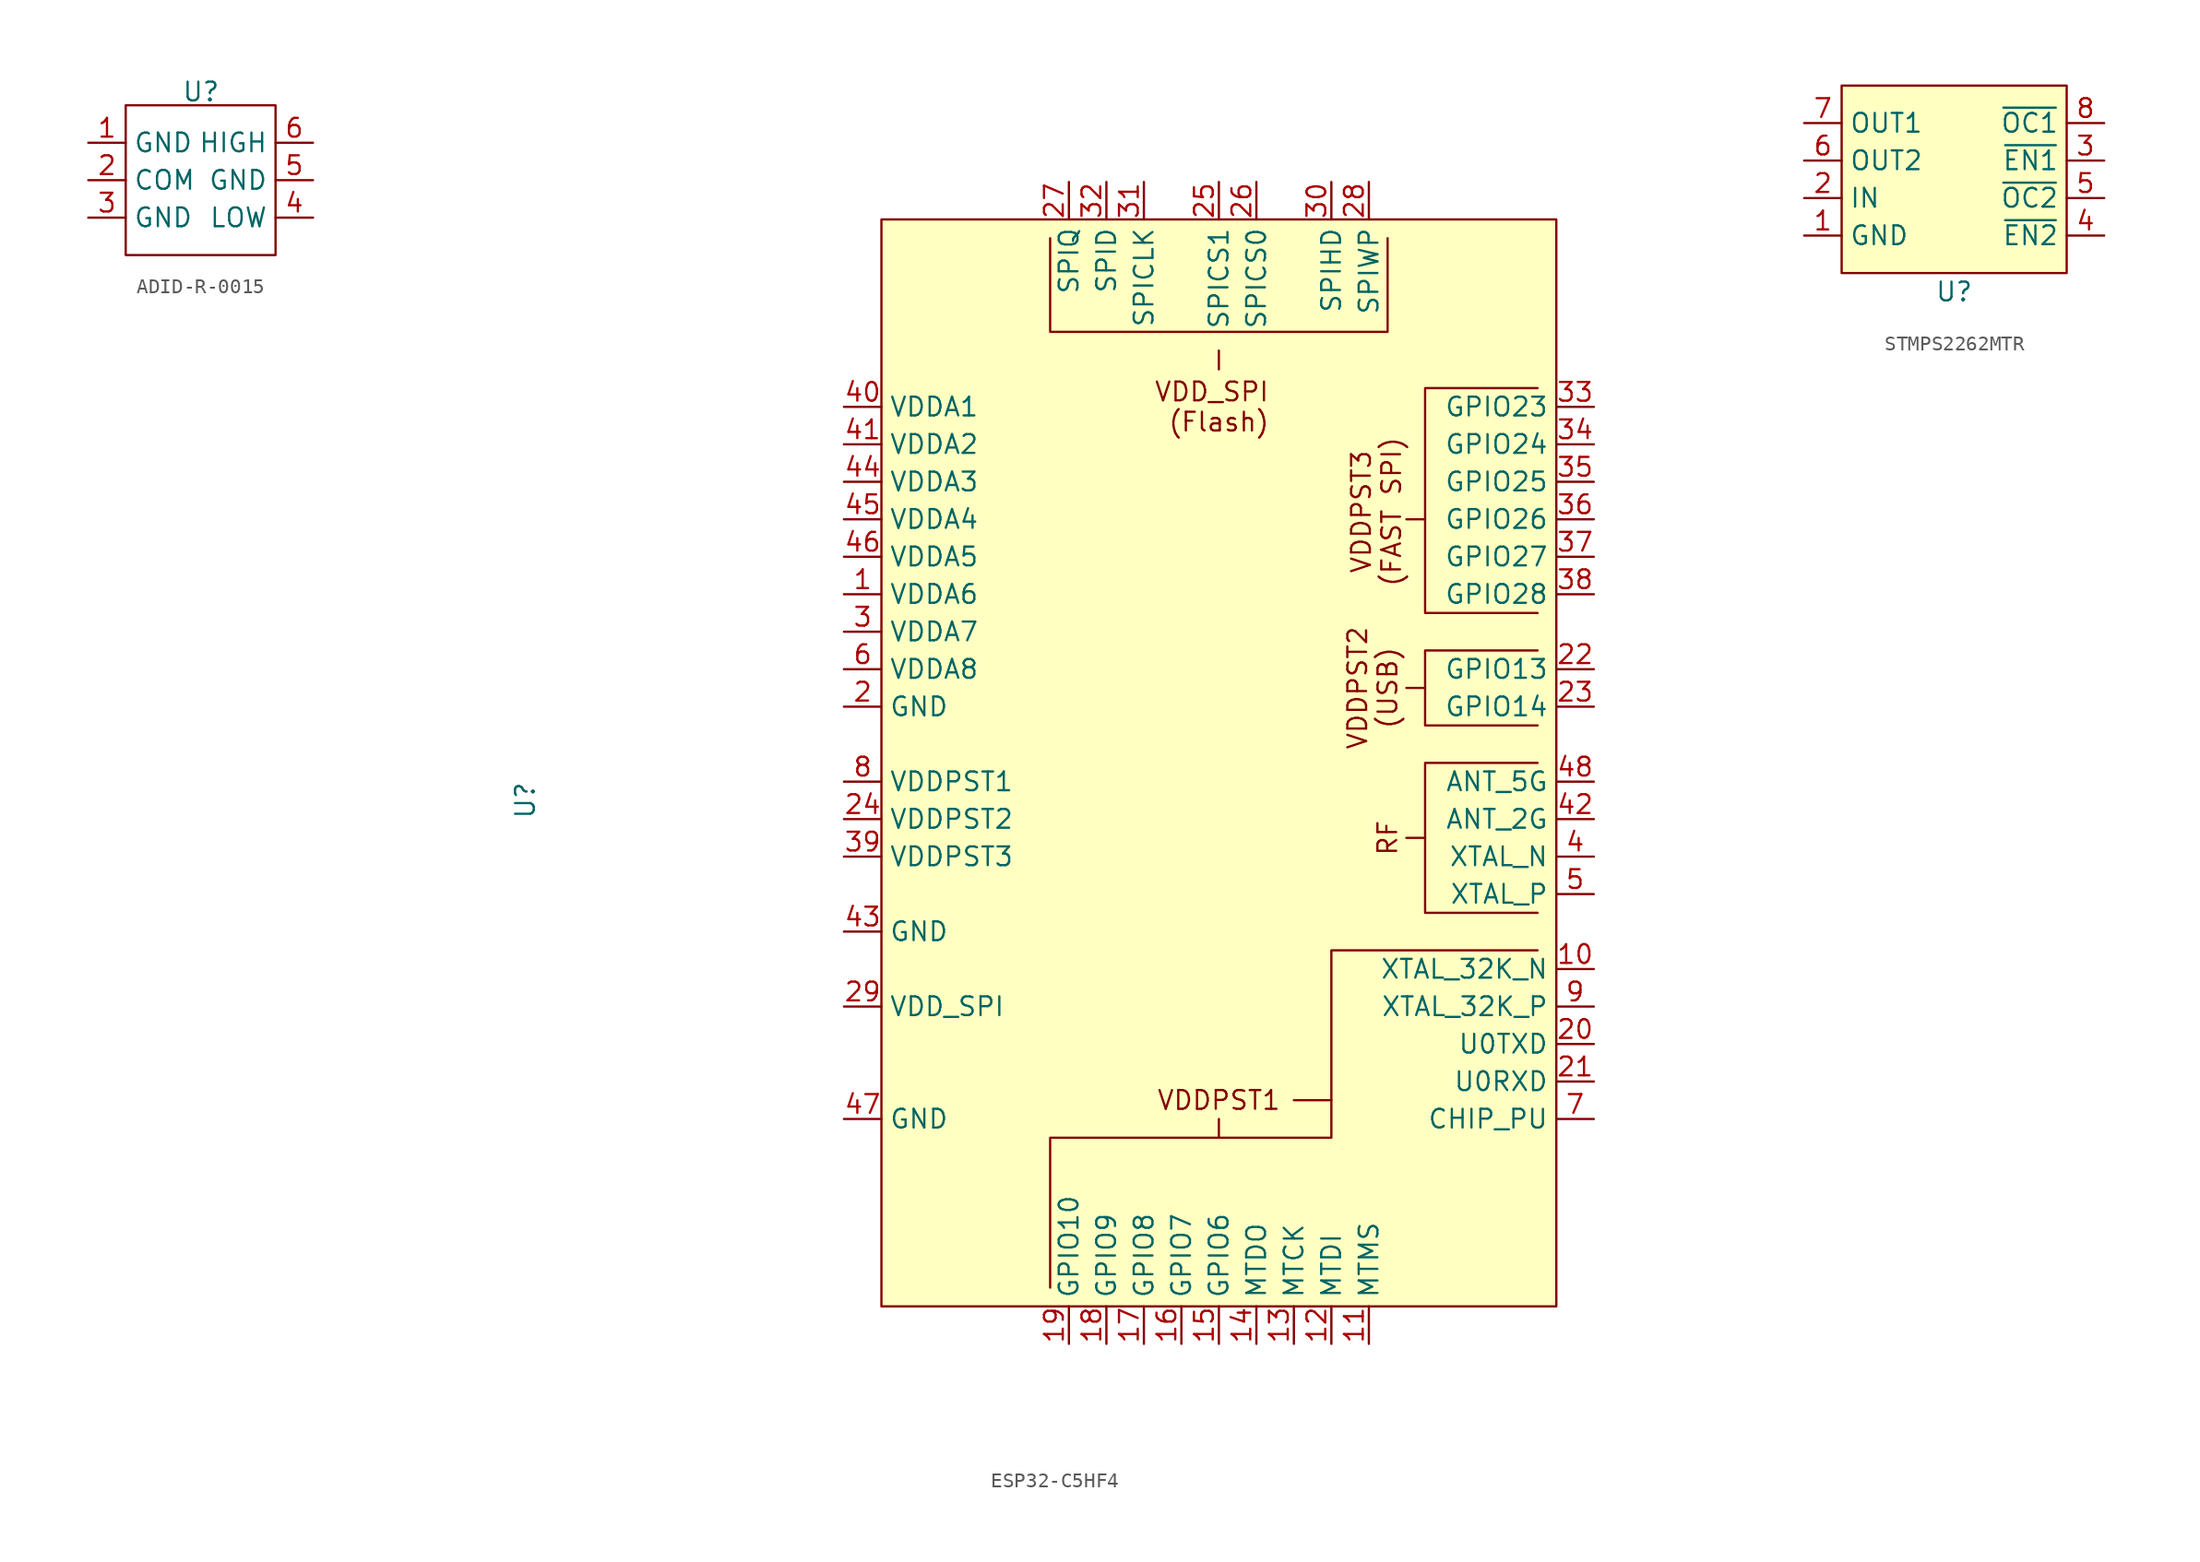
<source format=kicad_sym>
(kicad_symbol_lib
  (version 20241209)
  (generator "kicad_symbol_editor")
  (generator_version "9.0")
  (symbol "ADID-R-0015"
    (property "Reference" "U"
      (at 0.024 0.914 0)
      (effects (font (size 1.27 1.27))))
    (property "Value" ""
      (at 0 0 0)
      (effects (font (size 1.27 1.27))))
    (symbol "ADID-R-0015_0_0"
      (pin unspecified line (at -7.62 -2.54 0) (length 2.54) (name "GND" (effects (font (size 1.27 1.27)))) (number "1" (effects (font (size 1.27 1.27)))))
      (pin unspecified line (at -7.62 -5.08 0) (length 2.54) (name "COM" (effects (font (size 1.27 1.27)))) (number "2" (effects (font (size 1.27 1.27)))))
      (pin unspecified line (at -7.62 -7.62 0) (length 2.54) (name "GND" (effects (font (size 1.27 1.27)))) (number "3" (effects (font (size 1.27 1.27)))))
      (pin unspecified line (at 7.62 -2.54 180) (length 2.54) (name "HIGH" (effects (font (size 1.27 1.27)))) (number "6" (effects (font (size 1.27 1.27)))))
      (pin unspecified line (at 7.62 -5.08 180) (length 2.54) (name "GND" (effects (font (size 1.27 1.27)))) (number "5" (effects (font (size 1.27 1.27)))))
      (pin unspecified line (at 7.62 -7.62 180) (length 2.54) (name "LOW" (effects (font (size 1.27 1.27)))) (number "4" (effects (font (size 1.27 1.27))))))
    (symbol "ADID-R-0015_0_1"
      (rectangle (start -5.08 0) (end 5.08 -10.16) (stroke (width 0) (type default)) (fill (type none)))))
  (symbol "ESP32-C5HF4"
    (property "Reference" "U"
      (at -39.37 -21.59 90)
      (effects (font (size 1.27 1.27))))
    (property "Value" ""
      (at 0 0 0)
      (effects (font (size 1.27 1.27))))
    (symbol "ESP32-C5HF4_0_0"
      (pin power_in line (at -17.78 5.08 0) (length 2.54) (name "VDDA1" (effects (font (size 1.27 1.27)))) (number "40" (effects (font (size 1.27 1.27)))))
      (pin power_in line (at -17.78 2.54 0) (length 2.54) (name "VDDA2" (effects (font (size 1.27 1.27)))) (number "41" (effects (font (size 1.27 1.27)))))
      (pin power_in line (at -17.78 0 0) (length 2.54) (name "VDDA3" (effects (font (size 1.27 1.27)))) (number "44" (effects (font (size 1.27 1.27)))))
      (pin power_in line (at -17.78 -2.54 0) (length 2.54) (name "VDDA4" (effects (font (size 1.27 1.27)))) (number "45" (effects (font (size 1.27 1.27)))))
      (pin power_in line (at -17.78 -5.08 0) (length 2.54) (name "VDDA5" (effects (font (size 1.27 1.27)))) (number "46" (effects (font (size 1.27 1.27)))))
      (pin power_in line (at -17.78 -7.62 0) (length 2.54) (name "VDDA6" (effects (font (size 1.27 1.27)))) (number "1" (effects (font (size 1.27 1.27)))))
      (pin power_in line (at -17.78 -10.16 0) (length 2.54) (name "VDDA7" (effects (font (size 1.27 1.27)))) (number "3" (effects (font (size 1.27 1.27)))))
      (pin power_in line (at -17.78 -12.7 0) (length 2.54) (name "VDDA8" (effects (font (size 1.27 1.27)))) (number "6" (effects (font (size 1.27 1.27)))))
      (pin power_in line (at -17.78 -15.24 0) (length 2.54) (name "GND" (effects (font (size 1.27 1.27)))) (number "2" (effects (font (size 1.27 1.27)))))
      (pin power_in line (at -17.78 -20.32 0) (length 2.54) (name "VDDPST1" (effects (font (size 1.27 1.27)))) (number "8" (effects (font (size 1.27 1.27)))))
      (pin power_in line (at -17.78 -22.86 0) (length 2.54) (name "VDDPST2" (effects (font (size 1.27 1.27)))) (number "24" (effects (font (size 1.27 1.27)))))
      (pin power_in line (at -17.78 -25.4 0) (length 2.54) (name "VDDPST3" (effects (font (size 1.27 1.27)))) (number "39" (effects (font (size 1.27 1.27)))))
      (pin power_in line (at -17.78 -30.48 0) (length 2.54) (name "GND" (effects (font (size 1.27 1.27)))) (number "43" (effects (font (size 1.27 1.27)))))
      (pin power_in line (at -17.78 -35.56 0) (length 2.54) (name "VDD_SPI" (effects (font (size 1.27 1.27)))) (number "29" (effects (font (size 1.27 1.27)))))
      (pin power_in line (at -17.78 -43.18 0) (length 2.54) (name "GND" (effects (font (size 1.27 1.27)))) (number "47" (effects (font (size 1.27 1.27)))))
      (pin bidirectional line (at -2.54 20.32 270) (length 2.54) (name "SPIQ" (effects (font (size 1.27 1.27)))) (number "27" (effects (font (size 1.27 1.27)))))
      (pin bidirectional line (at -2.54 -58.42 90) (length 2.54) (name "GPIO10" (effects (font (size 1.27 1.27)))) (number "19" (effects (font (size 1.27 1.27)))))
      (pin bidirectional line (at 0 20.32 270) (length 2.54) (name "SPID" (effects (font (size 1.27 1.27)))) (number "32" (effects (font (size 1.27 1.27)))))
      (pin bidirectional line (at 0 -58.42 90) (length 2.54) (name "GPIO9" (effects (font (size 1.27 1.27)))) (number "18" (effects (font (size 1.27 1.27)))))
      (pin bidirectional line (at 2.54 20.32 270) (length 2.54) (name "SPICLK" (effects (font (size 1.27 1.27)))) (number "31" (effects (font (size 1.27 1.27)))))
      (pin bidirectional line (at 5.08 -58.42 90) (length 2.54) (name "GPIO7" (effects (font (size 1.27 1.27)))) (number "16" (effects (font (size 1.27 1.27)))))
      (pin bidirectional line (at 7.62 20.32 270) (length 2.54) (name "SPICS1" (effects (font (size 1.27 1.27)))) (number "25" (effects (font (size 1.27 1.27)))))
      (pin bidirectional line (at 7.62 -58.42 90) (length 2.54) (name "GPIO6" (effects (font (size 1.27 1.27)))) (number "15" (effects (font (size 1.27 1.27)))))
      (pin bidirectional line (at 10.16 20.32 270) (length 2.54) (name "SPICS0" (effects (font (size 1.27 1.27)))) (number "26" (effects (font (size 1.27 1.27)))))
      (pin bidirectional line (at 10.16 -58.42 90) (length 2.54) (name "MTDO" (effects (font (size 1.27 1.27)))) (number "14" (effects (font (size 1.27 1.27)))))
      (pin bidirectional line (at 12.7 -58.42 90) (length 2.54) (name "MTCK" (effects (font (size 1.27 1.27)))) (number "13" (effects (font (size 1.27 1.27)))))
      (pin bidirectional line (at 15.24 20.32 270) (length 2.54) (name "SPIHD" (effects (font (size 1.27 1.27)))) (number "30" (effects (font (size 1.27 1.27)))))
      (pin bidirectional line (at 15.24 -58.42 90) (length 2.54) (name "MTDI" (effects (font (size 1.27 1.27)))) (number "12" (effects (font (size 1.27 1.27)))))
      (pin bidirectional line (at 17.78 20.32 270) (length 2.54) (name "SPIWP" (effects (font (size 1.27 1.27)))) (number "28" (effects (font (size 1.27 1.27)))))
      (pin bidirectional line (at 17.78 -58.42 90) (length 2.54) (name "MTMS" (effects (font (size 1.27 1.27)))) (number "11" (effects (font (size 1.27 1.27)))))
      (pin bidirectional line (at 33.02 5.08 180) (length 2.54) (name "GPIO23" (effects (font (size 1.27 1.27)))) (number "33" (effects (font (size 1.27 1.27)))))
      (pin bidirectional line (at 33.02 2.54 180) (length 2.54) (name "GPIO24" (effects (font (size 1.27 1.27)))) (number "34" (effects (font (size 1.27 1.27)))))
      (pin bidirectional line (at 33.02 0 180) (length 2.54) (name "GPIO25" (effects (font (size 1.27 1.27)))) (number "35" (effects (font (size 1.27 1.27)))))
      (pin bidirectional line (at 33.02 -2.54 180) (length 2.54) (name "GPIO26" (effects (font (size 1.27 1.27)))) (number "36" (effects (font (size 1.27 1.27)))))
      (pin bidirectional line (at 33.02 -5.08 180) (length 2.54) (name "GPIO27" (effects (font (size 1.27 1.27)))) (number "37" (effects (font (size 1.27 1.27)))))
      (pin bidirectional line (at 33.02 -7.62 180) (length 2.54) (name "GPIO28" (effects (font (size 1.27 1.27)))) (number "38" (effects (font (size 1.27 1.27)))))
      (pin bidirectional line (at 33.02 -12.7 180) (length 2.54) (name "GPIO13" (effects (font (size 1.27 1.27)))) (number "22" (effects (font (size 1.27 1.27)))))
      (pin bidirectional line (at 33.02 -15.24 180) (length 2.54) (name "GPIO14" (effects (font (size 1.27 1.27)))) (number "23" (effects (font (size 1.27 1.27)))))
      (pin unspecified line (at 33.02 -20.32 180) (length 2.54) (name "ANT_5G" (effects (font (size 1.27 1.27)))) (number "48" (effects (font (size 1.27 1.27)))))
      (pin unspecified line (at 33.02 -22.86 180) (length 2.54) (name "ANT_2G" (effects (font (size 1.27 1.27)))) (number "42" (effects (font (size 1.27 1.27)))))
      (pin input line (at 33.02 -25.4 180) (length 2.54) (name "XTAL_N" (effects (font (size 1.27 1.27)))) (number "4" (effects (font (size 1.27 1.27)))))
      (pin input line (at 33.02 -27.94 180) (length 2.54) (name "XTAL_P" (effects (font (size 1.27 1.27)))) (number "5" (effects (font (size 1.27 1.27)))))
      (pin bidirectional line (at 33.02 -33.02 180) (length 2.54) (name "XTAL_32K_N" (effects (font (size 1.27 1.27)))) (number "10" (effects (font (size 1.27 1.27)))))
      (pin bidirectional line (at 33.02 -35.56 180) (length 2.54) (name "XTAL_32K_P" (effects (font (size 1.27 1.27)))) (number "9" (effects (font (size 1.27 1.27)))))
      (pin bidirectional line (at 33.02 -38.1 180) (length 2.54) (name "U0TXD" (effects (font (size 1.27 1.27)))) (number "20" (effects (font (size 1.27 1.27)))))
      (pin bidirectional line (at 33.02 -40.64 180) (length 2.54) (name "U0RXD" (effects (font (size 1.27 1.27)))) (number "21" (effects (font (size 1.27 1.27)))))
      (pin unspecified line (at 33.02 -43.18 180) (length 2.54) (name "CHIP_PU" (effects (font (size 1.27 1.27)))) (number "7" (effects (font (size 1.27 1.27))))))
    (symbol "ESP32-C5HF4_0_1"
      (polyline (pts (xy -3.81 16.51) (xy -3.81 10.16) (xy 19.05 10.16) (xy 19.05 16.51)) (stroke (width 0) (type default)) (fill (type none)))
      (polyline (pts (xy 7.62 8.89) (xy 7.62 7.62)) (stroke (width 0) (type default)) (fill (type none)))
      (polyline (pts (xy 21.59 -2.54) (xy 20.32 -2.54)) (stroke (width 0) (type default)) (fill (type none)))
      (polyline (pts (xy 21.59 -13.97) (xy 20.32 -13.97)) (stroke (width 0) (type default)) (fill (type none)))
      (polyline (pts (xy 21.59 -24.13) (xy 20.32 -24.13)) (stroke (width 0) (type default)) (fill (type none)))
      (polyline (pts (xy 29.21 -8.89) (xy 21.59 -8.89) (xy 21.59 6.35) (xy 29.21 6.35)) (stroke (width 0) (type default)) (fill (type none)))
      (polyline (pts (xy 29.21 -16.51) (xy 21.59 -16.51) (xy 21.59 -11.43) (xy 29.21 -11.43)) (stroke (width 0) (type default)) (fill (type none)))
      (polyline (pts (xy 29.21 -29.21) (xy 21.59 -29.21) (xy 21.59 -19.05) (xy 29.21 -19.05)) (stroke (width 0) (type default)) (fill (type none))))
    (symbol "ESP32-C5HF4_1_0"
      (pin bidirectional line (at 2.54 -58.42 90) (length 2.54) (name "GPIO8" (effects (font (size 1.27 1.27)))) (number "17" (effects (font (size 1.27 1.27))))))
    (symbol "ESP32-C5HF4_1_1"
      (rectangle (start -15.24 17.78) (end 30.48 -55.88) (stroke (width 0) (type solid)) (fill (type background)))
      (polyline (pts (xy -3.81 -54.61) (xy -3.81 -44.45) (xy 15.24 -44.45) (xy 15.24 -31.75) (xy 29.21 -31.75)) (stroke (width 0) (type default)) (fill (type none)))
      (polyline (pts (xy 7.62 -44.45) (xy 7.62 -43.18)) (stroke (width 0) (type default)) (fill (type none)))
      (polyline (pts (xy 15.24 -41.91) (xy 12.7 -41.91)) (stroke (width 0) (type default)) (fill (type none)))
      (text "VDD_SPI \n(Flash)" (at 7.62 5.08 0) (effects (font (size 1.27 1.27))))
      (text "VDDPST1" (at 7.62 -41.91 0) (effects (font (size 1.27 1.27))))
      (text "VDDPST2\n(USB)" (at 18.034 -13.97 900) (effects (font (size 1.27 1.27))))
      (text "VDDPST3\n(FAST SPI)" (at 18.288 -2.032 900) (effects (font (size 1.27 1.27))))
      (text "RF" (at 19.05 -24.13 900) (effects (font (size 1.27 1.27))))))
  (symbol "STMPS2262MTR"
    (property "Reference" "U"
      (at 0 -13.97 0)
      (effects (font (size 1.27 1.27))))
    (property "Value" ""
      (at 0 0 0)
      (effects (font (size 1.27 1.27))))
    (symbol "STMPS2262MTR_0_0"
      (pin power_out line (at -10.16 -2.54 0) (length 2.54) (name "OUT1" (effects (font (size 1.27 1.27)))) (number "7" (effects (font (size 1.27 1.27)))))
      (pin power_out line (at -10.16 -5.08 0) (length 2.54) (name "OUT2" (effects (font (size 1.27 1.27)))) (number "6" (effects (font (size 1.27 1.27)))))
      (pin power_in line (at -10.16 -7.62 0) (length 2.54) (name "IN" (effects (font (size 1.27 1.27)))) (number "2" (effects (font (size 1.27 1.27)))))
      (pin power_in line (at -10.16 -10.16 0) (length 2.54) (name "GND" (effects (font (size 1.27 1.27)))) (number "1" (effects (font (size 1.27 1.27)))))
      (pin output line (at 10.16 -2.54 180) (length 2.54) (name "~{OC1}" (effects (font (size 1.27 1.27)))) (number "8" (effects (font (size 1.27 1.27)))))
      (pin input line (at 10.16 -5.08 180) (length 2.54) (name "~{EN1}" (effects (font (size 1.27 1.27)))) (number "3" (effects (font (size 1.27 1.27)))))
      (pin output line (at 10.16 -7.62 180) (length 2.54) (name "~{OC2}" (effects (font (size 1.27 1.27)))) (number "5" (effects (font (size 1.27 1.27)))))
      (pin input line (at 10.16 -10.16 180) (length 2.54) (name "~{EN2}" (effects (font (size 1.27 1.27)))) (number "4" (effects (font (size 1.27 1.27))))))
    (symbol "STMPS2262MTR_1_1"
      (rectangle (start -7.62 0) (end 7.62 -12.7) (stroke (width 0) (type solid)) (fill (type background))))))
</source>
